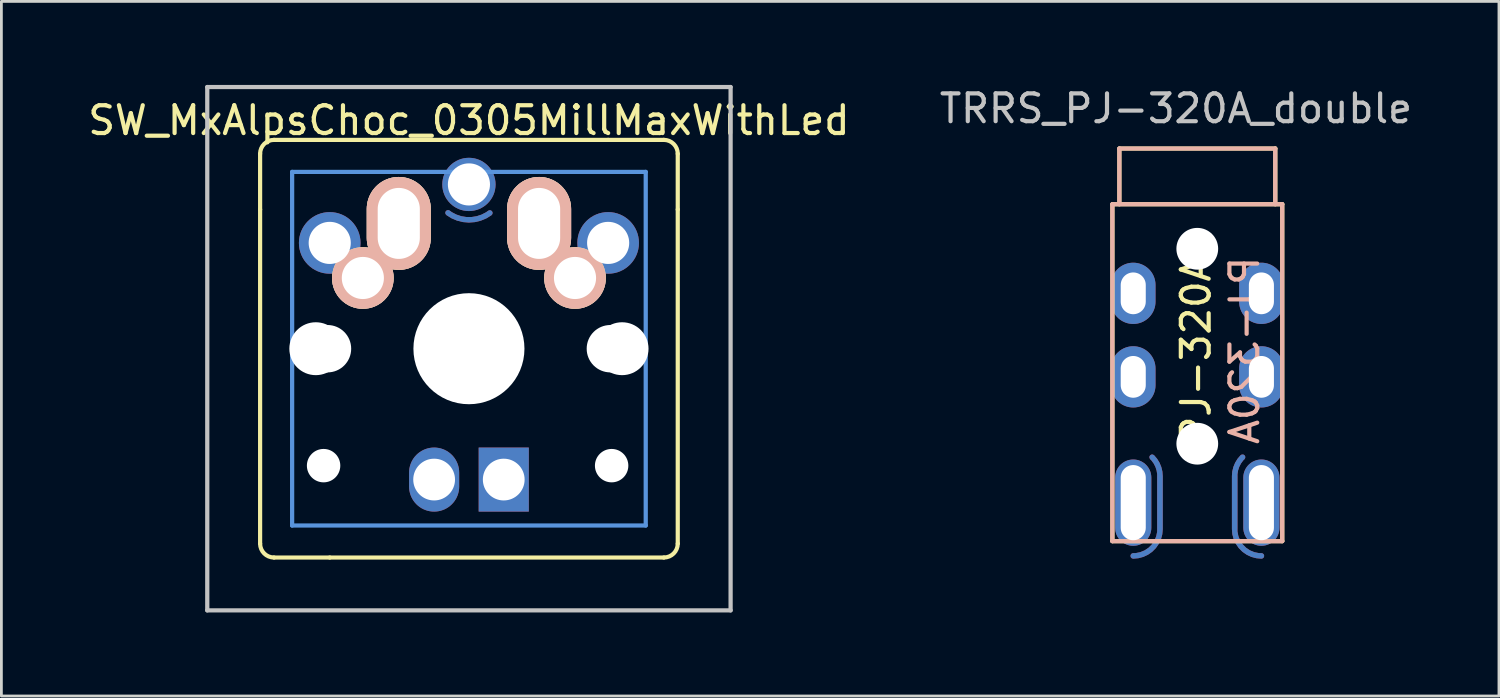
<source format=kicad_pcb>
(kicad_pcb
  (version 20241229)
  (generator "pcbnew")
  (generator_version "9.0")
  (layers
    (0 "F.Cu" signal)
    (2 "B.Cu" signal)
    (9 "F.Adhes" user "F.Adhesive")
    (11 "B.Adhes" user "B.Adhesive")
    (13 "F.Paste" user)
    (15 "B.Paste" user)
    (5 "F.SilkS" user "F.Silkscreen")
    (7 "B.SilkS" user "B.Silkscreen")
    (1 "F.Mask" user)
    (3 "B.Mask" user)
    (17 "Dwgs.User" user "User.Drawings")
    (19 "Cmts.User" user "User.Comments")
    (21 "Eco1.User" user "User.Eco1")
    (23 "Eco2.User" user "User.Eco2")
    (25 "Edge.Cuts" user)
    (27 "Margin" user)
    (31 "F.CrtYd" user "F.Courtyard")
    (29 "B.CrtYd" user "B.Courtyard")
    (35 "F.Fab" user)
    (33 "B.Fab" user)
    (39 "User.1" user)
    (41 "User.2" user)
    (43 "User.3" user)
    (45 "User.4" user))
  (footprint "TRRS_PJ-320A_double"
    (layer "F.Cu")
    (at 36.825 4.208)
    (property "Reference" "TRRS_PJ-320A_double" (at 2.36 -3.36 0) (layer "Dwgs.User") (effects (font (size 1 1) (thickness 0.15))))
    (attr through_hole)
    (fp_line (start 0.079 0.077) (end 0.079 12.178) (stroke (width 0.15) (type solid)) (layer "F.SilkS"))
    (fp_line (start 0.329 0.077) (end 0.329 -1.923) (stroke (width 0.15) (type solid)) (layer "F.SilkS"))
    (fp_line (start 5.929 -1.923) (end 0.329 -1.923) (stroke (width 0.15) (type solid)) (layer "F.SilkS"))
    (fp_line (start 5.929 0.077) (end 5.929 -1.923) (stroke (width 0.15) (type solid)) (layer "F.SilkS"))
    (fp_line (start 6.179 0.077) (end 0.079 0.077) (stroke (width 0.15) (type solid)) (layer "F.SilkS"))
    (fp_line (start 6.179 0.077) (end 6.179 12.178) (stroke (width 0.15) (type solid)) (layer "F.SilkS"))
    (fp_line (start 6.179 12.178) (end 0.079 12.178) (stroke (width 0.15) (type solid)) (layer "F.SilkS"))
    (fp_line (start 0.075 0.077) (end 0.075 12.178) (stroke (width 0.15) (type solid)) (layer "B.SilkS"))
    (fp_line (start 0.075 0.077) (end 6.176 0.077) (stroke (width 0.15) (type solid)) (layer "B.SilkS"))
    (fp_line (start 0.075 12.178) (end 6.176 12.178) (stroke (width 0.15) (type solid)) (layer "B.SilkS"))
    (fp_line (start 0.326 -1.923) (end 5.926 -1.923) (stroke (width 0.15) (type solid)) (layer "B.SilkS"))
    (fp_line (start 0.326 0.077) (end 0.326 -1.923) (stroke (width 0.15) (type solid)) (layer "B.SilkS"))
    (fp_line (start 5.926 0.077) (end 5.926 -1.923) (stroke (width 0.15) (type solid)) (layer "B.SilkS"))
    (fp_line (start 6.176 0.077) (end 6.176 12.178) (stroke (width 0.15) (type solid)) (layer "B.SilkS"))
    (fp_text user "PJ-320A" (at 3.08 5.348 90) (layer "F.SilkS") (effects (font (size 1 1) (thickness 0.15))))
    (fp_text user "PJ-320A" (at 4.825 5.327 270) (layer "B.SilkS") (effects (font (size 1 1) (thickness 0.15)) (justify mirror)))
    (pad "" np_thru_hole circle (at 3.126 1.677) (size 1.5 1.5) (drill 1.5) (layers "*.Cu" "*.Mask"))
    (pad "" np_thru_hole circle (at 3.126 8.678) (size 1.5 1.5) (drill 1.5) (layers "*.Cu" "*.Mask"))
    (pad "1" thru_hole oval (at 5.429 10.795) (size 1.3 3.1) (drill oval 0.9 2.7) (layers "*.Cu" "*.Mask"))
    (pad "2" thru_hole oval (at 0.826 10.795) (size 1.3 3.1) (drill oval 0.9 2.7) (layers "*.Cu" "*.Mask"))
    (pad "R1" thru_hole oval (at 0.826 6.277) (size 1.6 2.2) (drill oval 0.9 1.5) (layers "*.Cu" "*.Mask"))
    (pad "R1" thru_hole oval (at 5.429 6.277) (size 1.6 2.2) (drill oval 0.9 1.5) (layers "*.Cu" "*.Mask"))
    (pad "R2" thru_hole oval (at 0.826 3.277) (size 1.6 2.2) (drill oval 0.9 1.5) (layers "*.Cu" "*.Mask"))
    (pad "R2" thru_hole oval (at 5.429 3.277) (size 1.6 2.2) (drill oval 0.9 1.5) (layers "*.Cu" "*.Mask"))
    (pad "S" smd custom (at 1.786 10.636) (size 0.1 0.1) (layers "F.Cu" "F.Mask") (options (anchor circle)) (primitives (gr_line (start 0 -0.794) (end 0 1.111) (width 0.2)) (gr_arc (start -0.281177 -1.472573) (mid -0.073075 -1.161126) (end 0 -0.79375) (width 0.2)) (gr_arc (start 0 1.11125) (mid -0.281177 1.790073) (end -0.96 2.07125) (width 0.2))))
    (pad "S" smd custom (at 4.477 10.636) (size 0.1 0.1) (layers "B.Cu" "B.Mask") (options (anchor circle)) (primitives (gr_arc (start 0.9525 2.07125) (mid 0.273677 1.790073) (end -0.0075 1.11125) (width 0.2)) (gr_arc (start -0.0075 -0.79375) (mid 0.065897 -1.1619) (end 0.274863 -1.473756) (width 0.2)) (gr_line (start -0.007 1.111) (end -0.007 -0.794) (width 0.2))))
    (pad "T" smd custom (at 1.786 10.636) (size 0.1 0.1) (layers "B.Cu" "B.Mask") (options (anchor circle)) (primitives (gr_line (start 0 -0.794) (end 0 1.111) (width 0.2)) (gr_arc (start -0.281177 -1.472573) (mid -0.073075 -1.161126) (end 0 -0.79375) (width 0.2)) (gr_arc (start 0 1.11125) (mid -0.281177 1.790073) (end -0.96 2.07125) (width 0.2))))
    (pad "T" smd custom (at 4.477 10.636) (size 0.1 0.1) (layers "F.Cu" "F.Mask") (options (anchor circle)) (primitives (gr_arc (start 0.9525 2.07125) (mid 0.273677 1.790073) (end -0.0075 1.11125) (width 0.2)) (gr_arc (start -0.0075 -0.79375) (mid 0.065897 -1.1619) (end 0.274863 -1.473756) (width 0.2)) (gr_line (start -0.007 1.111) (end -0.007 -0.794) (width 0.2)))))
  (footprint "SW_MxAlpsChoc_0305MillMaxWithLed"
    (layer "F.Cu")
    (at 13.792 9.474)
    (property "Reference" "SW_MxAlpsChoc_0305MillMaxWithLed" (at 0 -8.2 0) (layer "F.SilkS") (effects (font (size 1 1) (thickness 0.15))))
    (attr through_hole)
    (fp_line (start -7.5 -7) (end -7.5 -5) (stroke (width 0.15) (type solid)) (layer "F.SilkS"))
    (fp_line (start -7.5 7) (end -7.5 -5) (stroke (width 0.15) (type solid)) (layer "F.SilkS"))
    (fp_line (start -7 -7.5) (end 5 -7.5) (stroke (width 0.15) (type solid)) (layer "F.SilkS"))
    (fp_line (start -7 7.5) (end -5 7.5) (stroke (width 0.15) (type solid)) (layer "F.SilkS"))
    (fp_line (start 7 -7.5) (end 5 -7.5) (stroke (width 0.15) (type solid)) (layer "F.SilkS"))
    (fp_line (start 7 7.5) (end -5 7.5) (stroke (width 0.15) (type solid)) (layer "F.SilkS"))
    (fp_line (start 7.5 -7) (end 7.5 -5) (stroke (width 0.15) (type solid)) (layer "F.SilkS"))
    (fp_line (start 7.5 7) (end 7.5 -5) (stroke (width 0.15) (type solid)) (layer "F.SilkS"))
    (fp_arc (start -7.5 -7) (mid -7.353553 -7.353553) (end -7 -7.5) (stroke (width 0.15) (type solid)) (layer "F.SilkS"))
    (fp_arc (start -7 7.5) (mid -7.353553 7.353553) (end -7.5 7) (stroke (width 0.15) (type solid)) (layer "F.SilkS"))
    (fp_arc (start 7 -7.5) (mid 7.353553 -7.353553) (end 7.5 -7) (stroke (width 0.15) (type solid)) (layer "F.SilkS"))
    (fp_arc (start 7.5 7) (mid 7.353553 7.353553) (end 7 7.5) (stroke (width 0.15) (type solid)) (layer "F.SilkS"))
    (fp_line (start -9.398 -9.398) (end 9.398 -9.398) (stroke (width 0.152) (type solid)) (layer "Dwgs.User"))
    (fp_line (start -9.398 9.398) (end -9.398 -9.398) (stroke (width 0.152) (type solid)) (layer "Dwgs.User"))
    (fp_line (start 9.398 -9.398) (end 9.398 9.398) (stroke (width 0.152) (type solid)) (layer "Dwgs.User"))
    (fp_line (start 9.398 9.398) (end -9.398 9.398) (stroke (width 0.152) (type solid)) (layer "Dwgs.User"))
    (fp_line (start -6.35 -6.35) (end 6.35 -6.35) (stroke (width 0.152) (type solid)) (layer "Cmts.User"))
    (fp_line (start -6.35 6.35) (end -6.35 -6.35) (stroke (width 0.152) (type solid)) (layer "Cmts.User"))
    (fp_line (start 6.35 -6.35) (end 6.35 6.35) (stroke (width 0.152) (type solid)) (layer "Cmts.User"))
    (fp_line (start 6.35 6.35) (end -6.35 6.35) (stroke (width 0.152) (type solid)) (layer "Cmts.User"))
    (fp_line (start -7.798 -6.005) (end -6.985 -6.005) (stroke (width 0.152) (type solid)) (layer "Eco2.User"))
    (fp_line (start -7.798 -2.504) (end -7.798 -6.005) (stroke (width 0.152) (type solid)) (layer "Eco2.User"))
    (fp_line (start -7.798 2.504) (end -6.985 2.504) (stroke (width 0.152) (type solid)) (layer "Eco2.User"))
    (fp_line (start -7.798 6.005) (end -7.798 2.504) (stroke (width 0.152) (type solid)) (layer "Eco2.User"))
    (fp_line (start -6.985 -6.985) (end 6.985 -6.985) (stroke (width 0.152) (type solid)) (layer "Eco2.User"))
    (fp_line (start -6.985 -6.005) (end -6.985 -6.985) (stroke (width 0.152) (type solid)) (layer "Eco2.User"))
    (fp_line (start -6.985 -2.504) (end -7.798 -2.504) (stroke (width 0.152) (type solid)) (layer "Eco2.User"))
    (fp_line (start -6.985 2.504) (end -6.985 -2.504) (stroke (width 0.152) (type solid)) (layer "Eco2.User"))
    (fp_line (start -6.985 6.005) (end -7.798 6.005) (stroke (width 0.152) (type solid)) (layer "Eco2.User"))
    (fp_line (start -6.985 6.985) (end -6.985 6.005) (stroke (width 0.152) (type solid)) (layer "Eco2.User"))
    (fp_line (start 6.985 -6.985) (end 6.985 -6.005) (stroke (width 0.152) (type solid)) (layer "Eco2.User"))
    (fp_line (start 6.985 -6.005) (end 7.798 -6.005) (stroke (width 0.152) (type solid)) (layer "Eco2.User"))
    (fp_line (start 6.985 -2.504) (end 6.985 2.504) (stroke (width 0.152) (type solid)) (layer "Eco2.User"))
    (fp_line (start 6.985 2.504) (end 7.798 2.504) (stroke (width 0.152) (type solid)) (layer "Eco2.User"))
    (fp_line (start 6.985 6.005) (end 6.985 6.985) (stroke (width 0.152) (type solid)) (layer "Eco2.User"))
    (fp_line (start 6.985 6.985) (end -6.985 6.985) (stroke (width 0.152) (type solid)) (layer "Eco2.User"))
    (fp_line (start 7.798 -6.005) (end 7.798 -2.504) (stroke (width 0.152) (type solid)) (layer "Eco2.User"))
    (fp_line (start 7.798 -2.504) (end 6.985 -2.504) (stroke (width 0.152) (type solid)) (layer "Eco2.User"))
    (fp_line (start 7.798 2.504) (end 7.798 6.005) (stroke (width 0.152) (type solid)) (layer "Eco2.User"))
    (fp_line (start 7.798 6.005) (end 6.985 6.005) (stroke (width 0.152) (type solid)) (layer "Eco2.User"))
    (pad "" np_thru_hole circle (at -5.5 0 270) (size 1.9 1.9) (drill 1.9) (layers "*.Cu" "*.Mask"))
    (pad "" np_thru_hole circle (at -5.22 4.2 270) (size 1.2 1.2) (drill 1.2) (layers "*.Cu" "*.Mask"))
    (pad "" np_thru_hole circle (at -5.08 0) (size 1.702 1.702) (drill 1.702) (layers "*.Cu" "*.Mask"))
    (pad "" np_thru_hole circle (at 0 0 270) (size 3.4 3.4) (drill 3.4) (layers "*.Cu" "*.Mask"))
    (pad "" np_thru_hole circle (at 0 0) (size 3.988 3.988) (drill 3.988) (layers "*.Cu" "*.Mask"))
    (pad "" np_thru_hole circle (at 5.08 0) (size 1.702 1.702) (drill 1.702) (layers "*.Cu" "*.Mask"))
    (pad "" np_thru_hole circle (at 5.125 4.2 270) (size 1.2 1.2) (drill 1.2) (layers "*.Cu" "*.Mask"))
    (pad "" np_thru_hole circle (at 5.5 0 270) (size 1.9 1.9) (drill 1.9) (layers "*.Cu" "*.Mask"))
    (pad "1" smd custom (at 0 -4.64) (size 0.1 0.1) (layers "F.Cu" "F.Mask" "F.Paste") (options (anchor circle)) (primitives (gr_arc (start 0.750821 -0.235455) (mid -0.00034 0.010084) (end -0.75 -0.24) (width 0.2))))
    (pad "1" thru_hole oval (at 2.52 -4.5) (size 2.3 3.337) (drill oval 1.513 2.55) (layers "*.Cu" "*.SilkS" "*.Mask"))
    (pad "1" thru_hole circle (at 3.81 -2.54) (size 2.213 2.213) (drill 1.513) (layers "*.Cu" "*.SilkS" "*.Mask"))
    (pad "1" thru_hole circle (at 5 -3.8 270) (size 2.213 2.213) (drill 1.513) (layers "*.Cu" "*.Mask"))
    (pad "2" thru_hole circle (at -5 -3.8 270) (size 2.213 2.213) (drill 1.513) (layers "*.Cu" "*.Mask"))
    (pad "2" thru_hole circle (at -3.81 -2.54) (size 2.213 2.213) (drill 1.513) (layers "*.Cu" "*.SilkS" "*.Mask"))
    (pad "2" thru_hole oval (at -2.52 -4.5) (size 2.3 3.337) (drill oval 1.513 2.55) (layers "*.Cu" "*.SilkS" "*.Mask"))
    (pad "2" smd custom (at 0 -4.64) (size 0.1 0.1) (layers "B.Cu" "B.Mask") (options (anchor circle)) (primitives (gr_arc (start 0.750821 -0.235455) (mid -0.00034 0.010084) (end -0.75 -0.24) (width 0.2))))
    (pad "3" thru_hole oval (at -1.25 4.7 270) (size 2.3 1.8) (drill oval 1.5) (layers "*.Cu" "*.Mask"))
    (pad "4" thru_hole rect (at 1.25 4.7 270) (size 2.3 1.8) (drill oval 1.5) (layers "*.Cu" "*.Mask"))
    (pad "5" thru_hole circle (at 0 -5.9 270) (size 1.913 1.913) (drill 1.513) (layers "*.Cu" "*.Mask")))
  (gr_rect
    (start -3 -3)
    (end 50.786 21.948)
    (stroke (width 0.1) (type default))
    (fill no)
    (layer "Edge.Cuts")))
</source>
